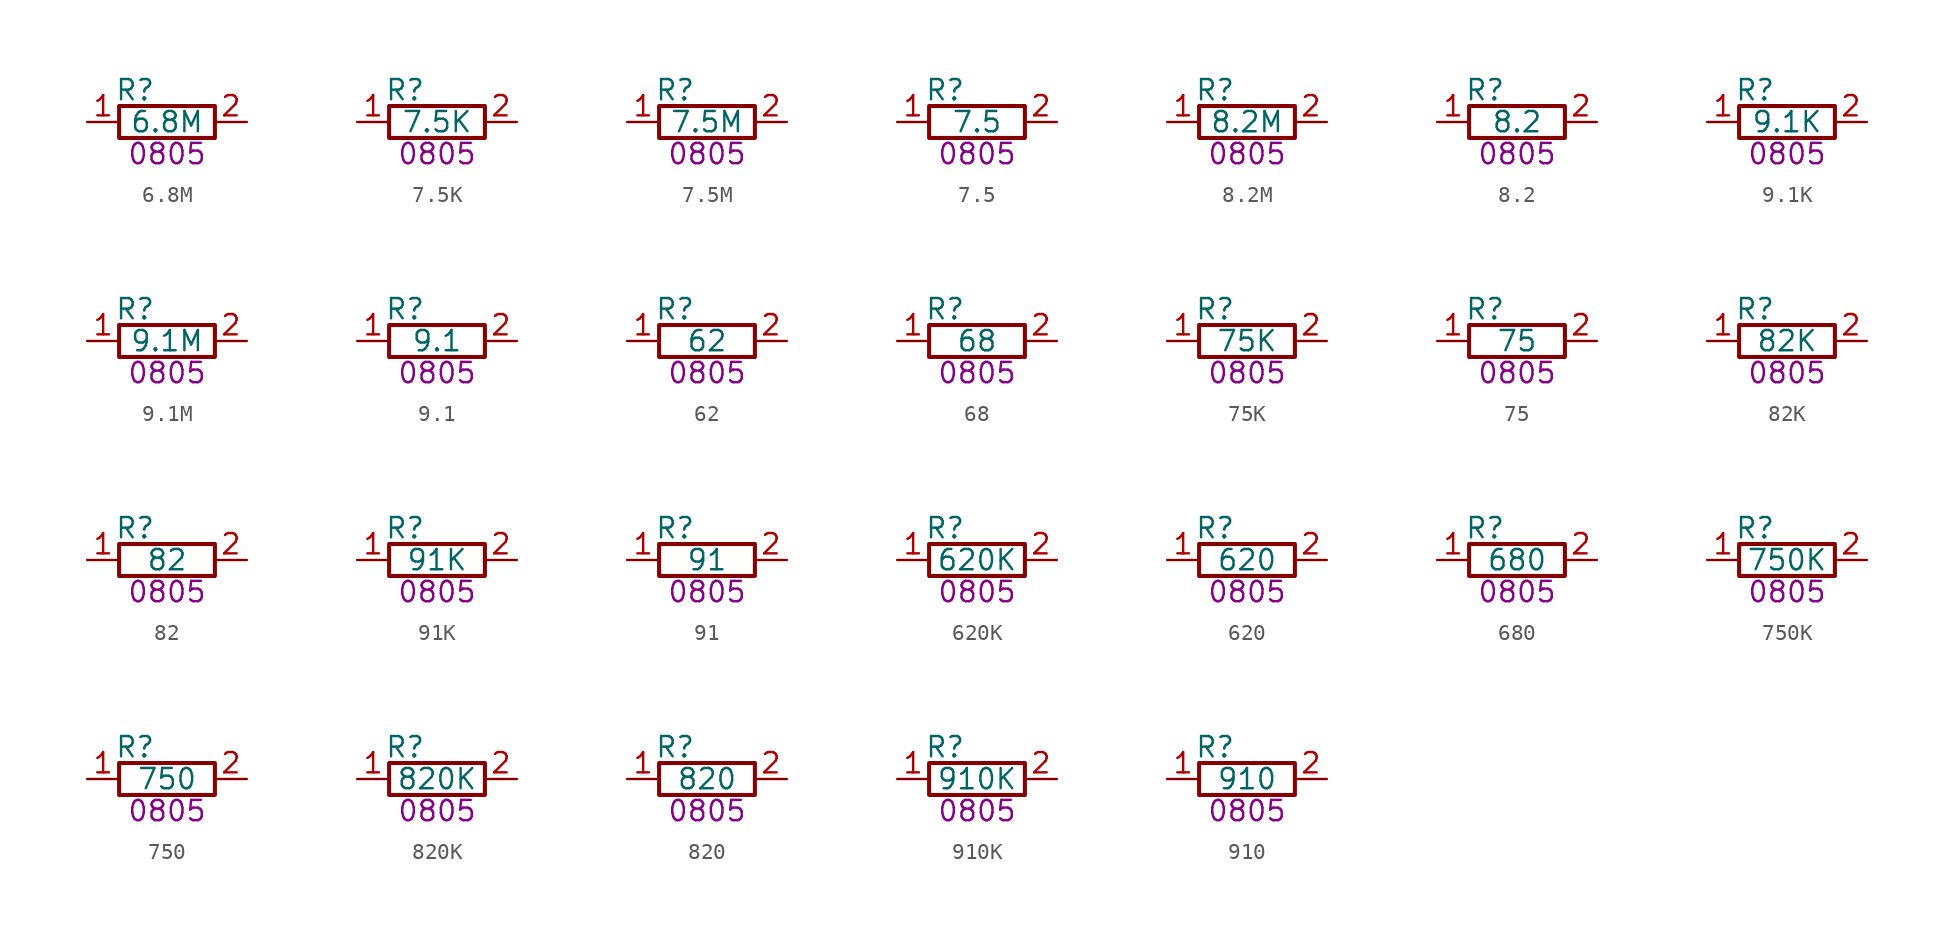
<source format=kicad_sym>
(kicad_symbol_lib
  (version 20211014)
  (generator kicad_symbol_editor)
  (symbol "6.8M"
    (property "Reference" "R"
      (at -2 1 0)
      (effects (font (size 1.27 1.27))))
    (property "Value" "6.8M"
      (at 0 -1 0)
      (effects (font (size 1.27 1.27))))
    (property "Size" "0805"
      (at 0 -3 0)
      (effects (font (size 1.27 1.27))))
    (symbol "6.8M_0_1"
      (rectangle (start -3 0) (end 3 -2) (stroke (width 0.254) (type default) (color 0 0 0 0)) (fill (type none))))
    (symbol "6.8M_1_1"
      (pin passive line (at -5 -1 0) (length 2) (name "~" (effects (font (size 1.27 1.27)))) (number "1" (effects (font (size 1.27 1.27)))))
      (pin passive line (at 5 -1 180) (length 2) (name "~" (effects (font (size 1.27 1.27)))) (number "2" (effects (font (size 1.27 1.27)))))))
  (symbol "7.5K"
    (property "Reference" "R"
      (at -2 1 0)
      (effects (font (size 1.27 1.27))))
    (property "Value" "7.5K"
      (at 0 -1 0)
      (effects (font (size 1.27 1.27))))
    (property "Size" "0805"
      (at 0 -3 0)
      (effects (font (size 1.27 1.27))))
    (symbol "7.5K_0_1"
      (rectangle (start -3 0) (end 3 -2) (stroke (width 0.254) (type default) (color 0 0 0 0)) (fill (type none))))
    (symbol "7.5K_1_1"
      (pin passive line (at -5 -1 0) (length 2) (name "~" (effects (font (size 1.27 1.27)))) (number "1" (effects (font (size 1.27 1.27)))))
      (pin passive line (at 5 -1 180) (length 2) (name "~" (effects (font (size 1.27 1.27)))) (number "2" (effects (font (size 1.27 1.27)))))))
  (symbol "7.5M"
    (property "Reference" "R"
      (at -2 1 0)
      (effects (font (size 1.27 1.27))))
    (property "Value" "7.5M"
      (at 0 -1 0)
      (effects (font (size 1.27 1.27))))
    (property "Size" "0805"
      (at 0 -3 0)
      (effects (font (size 1.27 1.27))))
    (symbol "7.5M_0_1"
      (rectangle (start -3 0) (end 3 -2) (stroke (width 0.254) (type default) (color 0 0 0 0)) (fill (type none))))
    (symbol "7.5M_1_1"
      (pin passive line (at -5 -1 0) (length 2) (name "~" (effects (font (size 1.27 1.27)))) (number "1" (effects (font (size 1.27 1.27)))))
      (pin passive line (at 5 -1 180) (length 2) (name "~" (effects (font (size 1.27 1.27)))) (number "2" (effects (font (size 1.27 1.27)))))))
  (symbol "7.5"
    (property "Reference" "R"
      (at -2 1 0)
      (effects (font (size 1.27 1.27))))
    (property "Value" "7.5"
      (at 0 -1 0)
      (effects (font (size 1.27 1.27))))
    (property "Size" "0805"
      (at 0 -3 0)
      (effects (font (size 1.27 1.27))))
    (symbol "7.5_0_1"
      (rectangle (start -3 0) (end 3 -2) (stroke (width 0.254) (type default) (color 0 0 0 0)) (fill (type none))))
    (symbol "7.5_1_1"
      (pin passive line (at -5 -1 0) (length 2) (name "~" (effects (font (size 1.27 1.27)))) (number "1" (effects (font (size 1.27 1.27)))))
      (pin passive line (at 5 -1 180) (length 2) (name "~" (effects (font (size 1.27 1.27)))) (number "2" (effects (font (size 1.27 1.27)))))))
  (symbol "8.2M"
    (property "Reference" "R"
      (at -2 1 0)
      (effects (font (size 1.27 1.27))))
    (property "Value" "8.2M"
      (at 0 -1 0)
      (effects (font (size 1.27 1.27))))
    (property "Size" "0805"
      (at 0 -3 0)
      (effects (font (size 1.27 1.27))))
    (symbol "8.2M_0_1"
      (rectangle (start -3 0) (end 3 -2) (stroke (width 0.254) (type default) (color 0 0 0 0)) (fill (type none))))
    (symbol "8.2M_1_1"
      (pin passive line (at -5 -1 0) (length 2) (name "~" (effects (font (size 1.27 1.27)))) (number "1" (effects (font (size 1.27 1.27)))))
      (pin passive line (at 5 -1 180) (length 2) (name "~" (effects (font (size 1.27 1.27)))) (number "2" (effects (font (size 1.27 1.27)))))))
  (symbol "8.2"
    (property "Reference" "R"
      (at -2 1 0)
      (effects (font (size 1.27 1.27))))
    (property "Value" "8.2"
      (at 0 -1 0)
      (effects (font (size 1.27 1.27))))
    (property "Size" "0805"
      (at 0 -3 0)
      (effects (font (size 1.27 1.27))))
    (symbol "8.2_0_1"
      (rectangle (start -3 0) (end 3 -2) (stroke (width 0.254) (type default) (color 0 0 0 0)) (fill (type none))))
    (symbol "8.2_1_1"
      (pin passive line (at -5 -1 0) (length 2) (name "~" (effects (font (size 1.27 1.27)))) (number "1" (effects (font (size 1.27 1.27)))))
      (pin passive line (at 5 -1 180) (length 2) (name "~" (effects (font (size 1.27 1.27)))) (number "2" (effects (font (size 1.27 1.27)))))))
  (symbol "9.1K"
    (property "Reference" "R"
      (at -2 1 0)
      (effects (font (size 1.27 1.27))))
    (property "Value" "9.1K"
      (at 0 -1 0)
      (effects (font (size 1.27 1.27))))
    (property "Size" "0805"
      (at 0 -3 0)
      (effects (font (size 1.27 1.27))))
    (symbol "9.1K_0_1"
      (rectangle (start -3 0) (end 3 -2) (stroke (width 0.254) (type default) (color 0 0 0 0)) (fill (type none))))
    (symbol "9.1K_1_1"
      (pin passive line (at -5 -1 0) (length 2) (name "~" (effects (font (size 1.27 1.27)))) (number "1" (effects (font (size 1.27 1.27)))))
      (pin passive line (at 5 -1 180) (length 2) (name "~" (effects (font (size 1.27 1.27)))) (number "2" (effects (font (size 1.27 1.27)))))))
  (symbol "9.1M"
    (property "Reference" "R"
      (at -2 1 0)
      (effects (font (size 1.27 1.27))))
    (property "Value" "9.1M"
      (at 0 -1 0)
      (effects (font (size 1.27 1.27))))
    (property "Size" "0805"
      (at 0 -3 0)
      (effects (font (size 1.27 1.27))))
    (symbol "9.1M_0_1"
      (rectangle (start -3 0) (end 3 -2) (stroke (width 0.254) (type default) (color 0 0 0 0)) (fill (type none))))
    (symbol "9.1M_1_1"
      (pin passive line (at -5 -1 0) (length 2) (name "~" (effects (font (size 1.27 1.27)))) (number "1" (effects (font (size 1.27 1.27)))))
      (pin passive line (at 5 -1 180) (length 2) (name "~" (effects (font (size 1.27 1.27)))) (number "2" (effects (font (size 1.27 1.27)))))))
  (symbol "9.1"
    (property "Reference" "R"
      (at -2 1 0)
      (effects (font (size 1.27 1.27))))
    (property "Value" "9.1"
      (at 0 -1 0)
      (effects (font (size 1.27 1.27))))
    (property "Size" "0805"
      (at 0 -3 0)
      (effects (font (size 1.27 1.27))))
    (symbol "9.1_0_1"
      (rectangle (start -3 0) (end 3 -2) (stroke (width 0.254) (type default) (color 0 0 0 0)) (fill (type none))))
    (symbol "9.1_1_1"
      (pin passive line (at -5 -1 0) (length 2) (name "~" (effects (font (size 1.27 1.27)))) (number "1" (effects (font (size 1.27 1.27)))))
      (pin passive line (at 5 -1 180) (length 2) (name "~" (effects (font (size 1.27 1.27)))) (number "2" (effects (font (size 1.27 1.27)))))))
  (symbol "62"
    (property "Reference" "R"
      (at -2 1 0)
      (effects (font (size 1.27 1.27))))
    (property "Value" "62"
      (at 0 -1 0)
      (effects (font (size 1.27 1.27))))
    (property "Size" "0805"
      (at 0 -3 0)
      (effects (font (size 1.27 1.27))))
    (symbol "62_0_1"
      (rectangle (start -3 0) (end 3 -2) (stroke (width 0.254) (type default) (color 0 0 0 0)) (fill (type none))))
    (symbol "62_1_1"
      (pin passive line (at -5 -1 0) (length 2) (name "~" (effects (font (size 1.27 1.27)))) (number "1" (effects (font (size 1.27 1.27)))))
      (pin passive line (at 5 -1 180) (length 2) (name "~" (effects (font (size 1.27 1.27)))) (number "2" (effects (font (size 1.27 1.27)))))))
  (symbol "68"
    (property "Reference" "R"
      (at -2 1 0)
      (effects (font (size 1.27 1.27))))
    (property "Value" "68"
      (at 0 -1 0)
      (effects (font (size 1.27 1.27))))
    (property "Size" "0805"
      (at 0 -3 0)
      (effects (font (size 1.27 1.27))))
    (symbol "68_0_1"
      (rectangle (start -3 0) (end 3 -2) (stroke (width 0.254) (type default) (color 0 0 0 0)) (fill (type none))))
    (symbol "68_1_1"
      (pin passive line (at -5 -1 0) (length 2) (name "~" (effects (font (size 1.27 1.27)))) (number "1" (effects (font (size 1.27 1.27)))))
      (pin passive line (at 5 -1 180) (length 2) (name "~" (effects (font (size 1.27 1.27)))) (number "2" (effects (font (size 1.27 1.27)))))))
  (symbol "75K"
    (property "Reference" "R"
      (at -2 1 0)
      (effects (font (size 1.27 1.27))))
    (property "Value" "75K"
      (at 0 -1 0)
      (effects (font (size 1.27 1.27))))
    (property "Size" "0805"
      (at 0 -3 0)
      (effects (font (size 1.27 1.27))))
    (symbol "75K_0_1"
      (rectangle (start -3 0) (end 3 -2) (stroke (width 0.254) (type default) (color 0 0 0 0)) (fill (type none))))
    (symbol "75K_1_1"
      (pin passive line (at -5 -1 0) (length 2) (name "~" (effects (font (size 1.27 1.27)))) (number "1" (effects (font (size 1.27 1.27)))))
      (pin passive line (at 5 -1 180) (length 2) (name "~" (effects (font (size 1.27 1.27)))) (number "2" (effects (font (size 1.27 1.27)))))))
  (symbol "75"
    (property "Reference" "R"
      (at -2 1 0)
      (effects (font (size 1.27 1.27))))
    (property "Value" "75"
      (at 0 -1 0)
      (effects (font (size 1.27 1.27))))
    (property "Size" "0805"
      (at 0 -3 0)
      (effects (font (size 1.27 1.27))))
    (symbol "75_0_1"
      (rectangle (start -3 0) (end 3 -2) (stroke (width 0.254) (type default) (color 0 0 0 0)) (fill (type none))))
    (symbol "75_1_1"
      (pin passive line (at -5 -1 0) (length 2) (name "~" (effects (font (size 1.27 1.27)))) (number "1" (effects (font (size 1.27 1.27)))))
      (pin passive line (at 5 -1 180) (length 2) (name "~" (effects (font (size 1.27 1.27)))) (number "2" (effects (font (size 1.27 1.27)))))))
  (symbol "82K"
    (property "Reference" "R"
      (at -2 1 0)
      (effects (font (size 1.27 1.27))))
    (property "Value" "82K"
      (at 0 -1 0)
      (effects (font (size 1.27 1.27))))
    (property "Size" "0805"
      (at 0 -3 0)
      (effects (font (size 1.27 1.27))))
    (symbol "82K_0_1"
      (rectangle (start -3 0) (end 3 -2) (stroke (width 0.254) (type default) (color 0 0 0 0)) (fill (type none))))
    (symbol "82K_1_1"
      (pin passive line (at -5 -1 0) (length 2) (name "~" (effects (font (size 1.27 1.27)))) (number "1" (effects (font (size 1.27 1.27)))))
      (pin passive line (at 5 -1 180) (length 2) (name "~" (effects (font (size 1.27 1.27)))) (number "2" (effects (font (size 1.27 1.27)))))))
  (symbol "82"
    (property "Reference" "R"
      (at -2 1 0)
      (effects (font (size 1.27 1.27))))
    (property "Value" "82"
      (at 0 -1 0)
      (effects (font (size 1.27 1.27))))
    (property "Size" "0805"
      (at 0 -3 0)
      (effects (font (size 1.27 1.27))))
    (symbol "82_0_1"
      (rectangle (start -3 0) (end 3 -2) (stroke (width 0.254) (type default) (color 0 0 0 0)) (fill (type none))))
    (symbol "82_1_1"
      (pin passive line (at -5 -1 0) (length 2) (name "~" (effects (font (size 1.27 1.27)))) (number "1" (effects (font (size 1.27 1.27)))))
      (pin passive line (at 5 -1 180) (length 2) (name "~" (effects (font (size 1.27 1.27)))) (number "2" (effects (font (size 1.27 1.27)))))))
  (symbol "91K"
    (property "Reference" "R"
      (at -2 1 0)
      (effects (font (size 1.27 1.27))))
    (property "Value" "91K"
      (at 0 -1 0)
      (effects (font (size 1.27 1.27))))
    (property "Size" "0805"
      (at 0 -3 0)
      (effects (font (size 1.27 1.27))))
    (symbol "91K_0_1"
      (rectangle (start -3 0) (end 3 -2) (stroke (width 0.254) (type default) (color 0 0 0 0)) (fill (type none))))
    (symbol "91K_1_1"
      (pin passive line (at -5 -1 0) (length 2) (name "~" (effects (font (size 1.27 1.27)))) (number "1" (effects (font (size 1.27 1.27)))))
      (pin passive line (at 5 -1 180) (length 2) (name "~" (effects (font (size 1.27 1.27)))) (number "2" (effects (font (size 1.27 1.27)))))))
  (symbol "91"
    (property "Reference" "R"
      (at -2 1 0)
      (effects (font (size 1.27 1.27))))
    (property "Value" "91"
      (at 0 -1 0)
      (effects (font (size 1.27 1.27))))
    (property "Size" "0805"
      (at 0 -3 0)
      (effects (font (size 1.27 1.27))))
    (symbol "91_0_1"
      (rectangle (start -3 0) (end 3 -2) (stroke (width 0.254) (type default) (color 0 0 0 0)) (fill (type none))))
    (symbol "91_1_1"
      (pin passive line (at -5 -1 0) (length 2) (name "~" (effects (font (size 1.27 1.27)))) (number "1" (effects (font (size 1.27 1.27)))))
      (pin passive line (at 5 -1 180) (length 2) (name "~" (effects (font (size 1.27 1.27)))) (number "2" (effects (font (size 1.27 1.27)))))))
  (symbol "620K"
    (property "Reference" "R"
      (at -2 1 0)
      (effects (font (size 1.27 1.27))))
    (property "Value" "620K"
      (at 0 -1 0)
      (effects (font (size 1.27 1.27))))
    (property "Size" "0805"
      (at 0 -3 0)
      (effects (font (size 1.27 1.27))))
    (symbol "620K_0_1"
      (rectangle (start -3 0) (end 3 -2) (stroke (width 0.254) (type default) (color 0 0 0 0)) (fill (type none))))
    (symbol "620K_1_1"
      (pin passive line (at -5 -1 0) (length 2) (name "~" (effects (font (size 1.27 1.27)))) (number "1" (effects (font (size 1.27 1.27)))))
      (pin passive line (at 5 -1 180) (length 2) (name "~" (effects (font (size 1.27 1.27)))) (number "2" (effects (font (size 1.27 1.27)))))))
  (symbol "620"
    (property "Reference" "R"
      (at -2 1 0)
      (effects (font (size 1.27 1.27))))
    (property "Value" "620"
      (at 0 -1 0)
      (effects (font (size 1.27 1.27))))
    (property "Size" "0805"
      (at 0 -3 0)
      (effects (font (size 1.27 1.27))))
    (symbol "620_0_1"
      (rectangle (start -3 0) (end 3 -2) (stroke (width 0.254) (type default) (color 0 0 0 0)) (fill (type none))))
    (symbol "620_1_1"
      (pin passive line (at -5 -1 0) (length 2) (name "~" (effects (font (size 1.27 1.27)))) (number "1" (effects (font (size 1.27 1.27)))))
      (pin passive line (at 5 -1 180) (length 2) (name "~" (effects (font (size 1.27 1.27)))) (number "2" (effects (font (size 1.27 1.27)))))))
  (symbol "680"
    (property "Reference" "R"
      (at -2 1 0)
      (effects (font (size 1.27 1.27))))
    (property "Value" "680"
      (at 0 -1 0)
      (effects (font (size 1.27 1.27))))
    (property "Size" "0805"
      (at 0 -3 0)
      (effects (font (size 1.27 1.27))))
    (symbol "680_0_1"
      (rectangle (start -3 0) (end 3 -2) (stroke (width 0.254) (type default) (color 0 0 0 0)) (fill (type none))))
    (symbol "680_1_1"
      (pin passive line (at -5 -1 0) (length 2) (name "~" (effects (font (size 1.27 1.27)))) (number "1" (effects (font (size 1.27 1.27)))))
      (pin passive line (at 5 -1 180) (length 2) (name "~" (effects (font (size 1.27 1.27)))) (number "2" (effects (font (size 1.27 1.27)))))))
  (symbol "750K"
    (property "Reference" "R"
      (at -2 1 0)
      (effects (font (size 1.27 1.27))))
    (property "Value" "750K"
      (at 0 -1 0)
      (effects (font (size 1.27 1.27))))
    (property "Size" "0805"
      (at 0 -3 0)
      (effects (font (size 1.27 1.27))))
    (symbol "750K_0_1"
      (rectangle (start -3 0) (end 3 -2) (stroke (width 0.254) (type default) (color 0 0 0 0)) (fill (type none))))
    (symbol "750K_1_1"
      (pin passive line (at -5 -1 0) (length 2) (name "~" (effects (font (size 1.27 1.27)))) (number "1" (effects (font (size 1.27 1.27)))))
      (pin passive line (at 5 -1 180) (length 2) (name "~" (effects (font (size 1.27 1.27)))) (number "2" (effects (font (size 1.27 1.27)))))))
  (symbol "750"
    (property "Reference" "R"
      (at -2 1 0)
      (effects (font (size 1.27 1.27))))
    (property "Value" "750"
      (at 0 -1 0)
      (effects (font (size 1.27 1.27))))
    (property "Size" "0805"
      (at 0 -3 0)
      (effects (font (size 1.27 1.27))))
    (symbol "750_0_1"
      (rectangle (start -3 0) (end 3 -2) (stroke (width 0.254) (type default) (color 0 0 0 0)) (fill (type none))))
    (symbol "750_1_1"
      (pin passive line (at -5 -1 0) (length 2) (name "~" (effects (font (size 1.27 1.27)))) (number "1" (effects (font (size 1.27 1.27)))))
      (pin passive line (at 5 -1 180) (length 2) (name "~" (effects (font (size 1.27 1.27)))) (number "2" (effects (font (size 1.27 1.27)))))))
  (symbol "820K"
    (property "Reference" "R"
      (at -2 1 0)
      (effects (font (size 1.27 1.27))))
    (property "Value" "820K"
      (at 0 -1 0)
      (effects (font (size 1.27 1.27))))
    (property "Size" "0805"
      (at 0 -3 0)
      (effects (font (size 1.27 1.27))))
    (symbol "820K_0_1"
      (rectangle (start -3 0) (end 3 -2) (stroke (width 0.254) (type default) (color 0 0 0 0)) (fill (type none))))
    (symbol "820K_1_1"
      (pin passive line (at -5 -1 0) (length 2) (name "~" (effects (font (size 1.27 1.27)))) (number "1" (effects (font (size 1.27 1.27)))))
      (pin passive line (at 5 -1 180) (length 2) (name "~" (effects (font (size 1.27 1.27)))) (number "2" (effects (font (size 1.27 1.27)))))))
  (symbol "820"
    (property "Reference" "R"
      (at -2 1 0)
      (effects (font (size 1.27 1.27))))
    (property "Value" "820"
      (at 0 -1 0)
      (effects (font (size 1.27 1.27))))
    (property "Size" "0805"
      (at 0 -3 0)
      (effects (font (size 1.27 1.27))))
    (symbol "820_0_1"
      (rectangle (start -3 0) (end 3 -2) (stroke (width 0.254) (type default) (color 0 0 0 0)) (fill (type none))))
    (symbol "820_1_1"
      (pin passive line (at -5 -1 0) (length 2) (name "~" (effects (font (size 1.27 1.27)))) (number "1" (effects (font (size 1.27 1.27)))))
      (pin passive line (at 5 -1 180) (length 2) (name "~" (effects (font (size 1.27 1.27)))) (number "2" (effects (font (size 1.27 1.27)))))))
  (symbol "910K"
    (property "Reference" "R"
      (at -2 1 0)
      (effects (font (size 1.27 1.27))))
    (property "Value" "910K"
      (at 0 -1 0)
      (effects (font (size 1.27 1.27))))
    (property "Size" "0805"
      (at 0 -3 0)
      (effects (font (size 1.27 1.27))))
    (symbol "910K_0_1"
      (rectangle (start -3 0) (end 3 -2) (stroke (width 0.254) (type default) (color 0 0 0 0)) (fill (type none))))
    (symbol "910K_1_1"
      (pin passive line (at -5 -1 0) (length 2) (name "~" (effects (font (size 1.27 1.27)))) (number "1" (effects (font (size 1.27 1.27)))))
      (pin passive line (at 5 -1 180) (length 2) (name "~" (effects (font (size 1.27 1.27)))) (number "2" (effects (font (size 1.27 1.27)))))))
  (symbol "910"
    (property "Reference" "R"
      (at -2 1 0)
      (effects (font (size 1.27 1.27))))
    (property "Value" "910"
      (at 0 -1 0)
      (effects (font (size 1.27 1.27))))
    (property "Size" "0805"
      (at 0 -3 0)
      (effects (font (size 1.27 1.27))))
    (symbol "910_0_1"
      (rectangle (start -3 0) (end 3 -2) (stroke (width 0.254) (type default) (color 0 0 0 0)) (fill (type none))))
    (symbol "910_1_1"
      (pin passive line (at -5 -1 0) (length 2) (name "~" (effects (font (size 1.27 1.27)))) (number "1" (effects (font (size 1.27 1.27)))))
      (pin passive line (at 5 -1 180) (length 2) (name "~" (effects (font (size 1.27 1.27)))) (number "2" (effects (font (size 1.27 1.27))))))))
</source>
